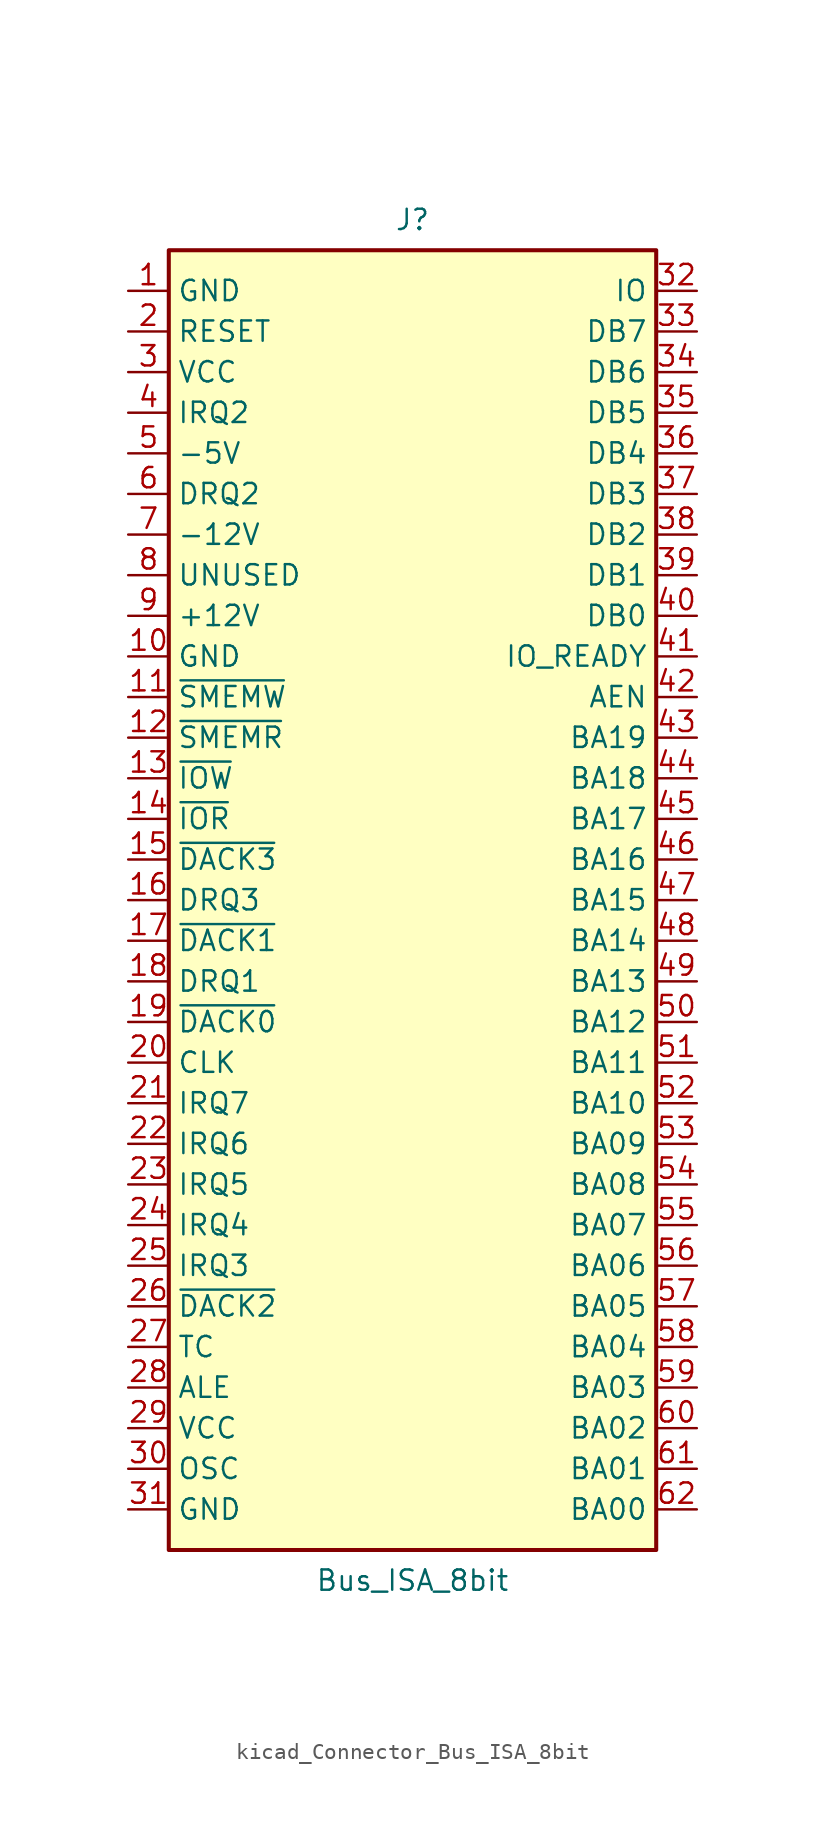
<source format=kicad_sym>
(kicad_symbol_lib
  (version 20220914)
  (generator kicad_symbol_editor)
  (symbol "kicad_Connector_Bus_ISA_8bit"
    (property "Reference" "J"
      (at 0 42.545 0)
      (effects (font (size 1.27 1.27))))
    (property "Value" "Bus_ISA_8bit"
      (at 0 -42.545 0)
      (effects (font (size 1.27 1.27))))
    (symbol "kicad_Connector_Bus_ISA_8bit_0_1"
      (rectangle (start -15.24 -40.64) (end 15.24 40.64) (stroke (width 0.254) (type default)) (fill (type background))))
    (symbol "kicad_Connector_Bus_ISA_8bit_1_1"
      (pin power_in line (at -17.78 38.1 0) (length 2.54) (name "GND" (effects (font (size 1.27 1.27)))) (number "1" (effects (font (size 1.27 1.27)))))
      (pin power_in line (at -17.78 15.24 0) (length 2.54) (name "GND" (effects (font (size 1.27 1.27)))) (number "10" (effects (font (size 1.27 1.27)))))
      (pin output line (at -17.78 12.7 0) (length 2.54) (name "~{SMEMW}" (effects (font (size 1.27 1.27)))) (number "11" (effects (font (size 1.27 1.27)))))
      (pin output line (at -17.78 10.16 0) (length 2.54) (name "~{SMEMR}" (effects (font (size 1.27 1.27)))) (number "12" (effects (font (size 1.27 1.27)))))
      (pin output line (at -17.78 7.62 0) (length 2.54) (name "~{IOW}" (effects (font (size 1.27 1.27)))) (number "13" (effects (font (size 1.27 1.27)))))
      (pin output line (at -17.78 5.08 0) (length 2.54) (name "~{IOR}" (effects (font (size 1.27 1.27)))) (number "14" (effects (font (size 1.27 1.27)))))
      (pin passive line (at -17.78 2.54 0) (length 2.54) (name "~{DACK3}" (effects (font (size 1.27 1.27)))) (number "15" (effects (font (size 1.27 1.27)))))
      (pin passive line (at -17.78 0 0) (length 2.54) (name "DRQ3" (effects (font (size 1.27 1.27)))) (number "16" (effects (font (size 1.27 1.27)))))
      (pin passive line (at -17.78 -2.54 0) (length 2.54) (name "~{DACK1}" (effects (font (size 1.27 1.27)))) (number "17" (effects (font (size 1.27 1.27)))))
      (pin passive line (at -17.78 -5.08 0) (length 2.54) (name "DRQ1" (effects (font (size 1.27 1.27)))) (number "18" (effects (font (size 1.27 1.27)))))
      (pin passive line (at -17.78 -7.62 0) (length 2.54) (name "~{DACK0}" (effects (font (size 1.27 1.27)))) (number "19" (effects (font (size 1.27 1.27)))))
      (pin output line (at -17.78 35.56 0) (length 2.54) (name "RESET" (effects (font (size 1.27 1.27)))) (number "2" (effects (font (size 1.27 1.27)))))
      (pin output line (at -17.78 -10.16 0) (length 2.54) (name "CLK" (effects (font (size 1.27 1.27)))) (number "20" (effects (font (size 1.27 1.27)))))
      (pin passive line (at -17.78 -12.7 0) (length 2.54) (name "IRQ7" (effects (font (size 1.27 1.27)))) (number "21" (effects (font (size 1.27 1.27)))))
      (pin passive line (at -17.78 -15.24 0) (length 2.54) (name "IRQ6" (effects (font (size 1.27 1.27)))) (number "22" (effects (font (size 1.27 1.27)))))
      (pin passive line (at -17.78 -17.78 0) (length 2.54) (name "IRQ5" (effects (font (size 1.27 1.27)))) (number "23" (effects (font (size 1.27 1.27)))))
      (pin passive line (at -17.78 -20.32 0) (length 2.54) (name "IRQ4" (effects (font (size 1.27 1.27)))) (number "24" (effects (font (size 1.27 1.27)))))
      (pin passive line (at -17.78 -22.86 0) (length 2.54) (name "IRQ3" (effects (font (size 1.27 1.27)))) (number "25" (effects (font (size 1.27 1.27)))))
      (pin passive line (at -17.78 -25.4 0) (length 2.54) (name "~{DACK2}" (effects (font (size 1.27 1.27)))) (number "26" (effects (font (size 1.27 1.27)))))
      (pin passive line (at -17.78 -27.94 0) (length 2.54) (name "TC" (effects (font (size 1.27 1.27)))) (number "27" (effects (font (size 1.27 1.27)))))
      (pin output line (at -17.78 -30.48 0) (length 2.54) (name "ALE" (effects (font (size 1.27 1.27)))) (number "28" (effects (font (size 1.27 1.27)))))
      (pin power_in line (at -17.78 -33.02 0) (length 2.54) (name "VCC" (effects (font (size 1.27 1.27)))) (number "29" (effects (font (size 1.27 1.27)))))
      (pin power_in line (at -17.78 33.02 0) (length 2.54) (name "VCC" (effects (font (size 1.27 1.27)))) (number "3" (effects (font (size 1.27 1.27)))))
      (pin output line (at -17.78 -35.56 0) (length 2.54) (name "OSC" (effects (font (size 1.27 1.27)))) (number "30" (effects (font (size 1.27 1.27)))))
      (pin power_in line (at -17.78 -38.1 0) (length 2.54) (name "GND" (effects (font (size 1.27 1.27)))) (number "31" (effects (font (size 1.27 1.27)))))
      (pin passive line (at 17.78 38.1 180) (length 2.54) (name "IO" (effects (font (size 1.27 1.27)))) (number "32" (effects (font (size 1.27 1.27)))))
      (pin tri_state line (at 17.78 35.56 180) (length 2.54) (name "DB7" (effects (font (size 1.27 1.27)))) (number "33" (effects (font (size 1.27 1.27)))))
      (pin tri_state line (at 17.78 33.02 180) (length 2.54) (name "DB6" (effects (font (size 1.27 1.27)))) (number "34" (effects (font (size 1.27 1.27)))))
      (pin tri_state line (at 17.78 30.48 180) (length 2.54) (name "DB5" (effects (font (size 1.27 1.27)))) (number "35" (effects (font (size 1.27 1.27)))))
      (pin tri_state line (at 17.78 27.94 180) (length 2.54) (name "DB4" (effects (font (size 1.27 1.27)))) (number "36" (effects (font (size 1.27 1.27)))))
      (pin tri_state line (at 17.78 25.4 180) (length 2.54) (name "DB3" (effects (font (size 1.27 1.27)))) (number "37" (effects (font (size 1.27 1.27)))))
      (pin tri_state line (at 17.78 22.86 180) (length 2.54) (name "DB2" (effects (font (size 1.27 1.27)))) (number "38" (effects (font (size 1.27 1.27)))))
      (pin tri_state line (at 17.78 20.32 180) (length 2.54) (name "DB1" (effects (font (size 1.27 1.27)))) (number "39" (effects (font (size 1.27 1.27)))))
      (pin passive line (at -17.78 30.48 0) (length 2.54) (name "IRQ2" (effects (font (size 1.27 1.27)))) (number "4" (effects (font (size 1.27 1.27)))))
      (pin tri_state line (at 17.78 17.78 180) (length 2.54) (name "DB0" (effects (font (size 1.27 1.27)))) (number "40" (effects (font (size 1.27 1.27)))))
      (pin passive line (at 17.78 15.24 180) (length 2.54) (name "IO_READY" (effects (font (size 1.27 1.27)))) (number "41" (effects (font (size 1.27 1.27)))))
      (pin output line (at 17.78 12.7 180) (length 2.54) (name "AEN" (effects (font (size 1.27 1.27)))) (number "42" (effects (font (size 1.27 1.27)))))
      (pin tri_state line (at 17.78 10.16 180) (length 2.54) (name "BA19" (effects (font (size 1.27 1.27)))) (number "43" (effects (font (size 1.27 1.27)))))
      (pin tri_state line (at 17.78 7.62 180) (length 2.54) (name "BA18" (effects (font (size 1.27 1.27)))) (number "44" (effects (font (size 1.27 1.27)))))
      (pin tri_state line (at 17.78 5.08 180) (length 2.54) (name "BA17" (effects (font (size 1.27 1.27)))) (number "45" (effects (font (size 1.27 1.27)))))
      (pin tri_state line (at 17.78 2.54 180) (length 2.54) (name "BA16" (effects (font (size 1.27 1.27)))) (number "46" (effects (font (size 1.27 1.27)))))
      (pin tri_state line (at 17.78 0 180) (length 2.54) (name "BA15" (effects (font (size 1.27 1.27)))) (number "47" (effects (font (size 1.27 1.27)))))
      (pin tri_state line (at 17.78 -2.54 180) (length 2.54) (name "BA14" (effects (font (size 1.27 1.27)))) (number "48" (effects (font (size 1.27 1.27)))))
      (pin tri_state line (at 17.78 -5.08 180) (length 2.54) (name "BA13" (effects (font (size 1.27 1.27)))) (number "49" (effects (font (size 1.27 1.27)))))
      (pin power_in line (at -17.78 27.94 0) (length 2.54) (name "-5V" (effects (font (size 1.27 1.27)))) (number "5" (effects (font (size 1.27 1.27)))))
      (pin tri_state line (at 17.78 -7.62 180) (length 2.54) (name "BA12" (effects (font (size 1.27 1.27)))) (number "50" (effects (font (size 1.27 1.27)))))
      (pin tri_state line (at 17.78 -10.16 180) (length 2.54) (name "BA11" (effects (font (size 1.27 1.27)))) (number "51" (effects (font (size 1.27 1.27)))))
      (pin tri_state line (at 17.78 -12.7 180) (length 2.54) (name "BA10" (effects (font (size 1.27 1.27)))) (number "52" (effects (font (size 1.27 1.27)))))
      (pin tri_state line (at 17.78 -15.24 180) (length 2.54) (name "BA09" (effects (font (size 1.27 1.27)))) (number "53" (effects (font (size 1.27 1.27)))))
      (pin tri_state line (at 17.78 -17.78 180) (length 2.54) (name "BA08" (effects (font (size 1.27 1.27)))) (number "54" (effects (font (size 1.27 1.27)))))
      (pin tri_state line (at 17.78 -20.32 180) (length 2.54) (name "BA07" (effects (font (size 1.27 1.27)))) (number "55" (effects (font (size 1.27 1.27)))))
      (pin tri_state line (at 17.78 -22.86 180) (length 2.54) (name "BA06" (effects (font (size 1.27 1.27)))) (number "56" (effects (font (size 1.27 1.27)))))
      (pin tri_state line (at 17.78 -25.4 180) (length 2.54) (name "BA05" (effects (font (size 1.27 1.27)))) (number "57" (effects (font (size 1.27 1.27)))))
      (pin tri_state line (at 17.78 -27.94 180) (length 2.54) (name "BA04" (effects (font (size 1.27 1.27)))) (number "58" (effects (font (size 1.27 1.27)))))
      (pin tri_state line (at 17.78 -30.48 180) (length 2.54) (name "BA03" (effects (font (size 1.27 1.27)))) (number "59" (effects (font (size 1.27 1.27)))))
      (pin passive line (at -17.78 25.4 0) (length 2.54) (name "DRQ2" (effects (font (size 1.27 1.27)))) (number "6" (effects (font (size 1.27 1.27)))))
      (pin tri_state line (at 17.78 -33.02 180) (length 2.54) (name "BA02" (effects (font (size 1.27 1.27)))) (number "60" (effects (font (size 1.27 1.27)))))
      (pin tri_state line (at 17.78 -35.56 180) (length 2.54) (name "BA01" (effects (font (size 1.27 1.27)))) (number "61" (effects (font (size 1.27 1.27)))))
      (pin tri_state line (at 17.78 -38.1 180) (length 2.54) (name "BA00" (effects (font (size 1.27 1.27)))) (number "62" (effects (font (size 1.27 1.27)))))
      (pin power_in line (at -17.78 22.86 0) (length 2.54) (name "-12V" (effects (font (size 1.27 1.27)))) (number "7" (effects (font (size 1.27 1.27)))))
      (pin passive line (at -17.78 20.32 0) (length 2.54) (name "UNUSED" (effects (font (size 1.27 1.27)))) (number "8" (effects (font (size 1.27 1.27)))))
      (pin power_in line (at -17.78 17.78 0) (length 2.54) (name "+12V" (effects (font (size 1.27 1.27)))) (number "9" (effects (font (size 1.27 1.27))))))))
</source>
